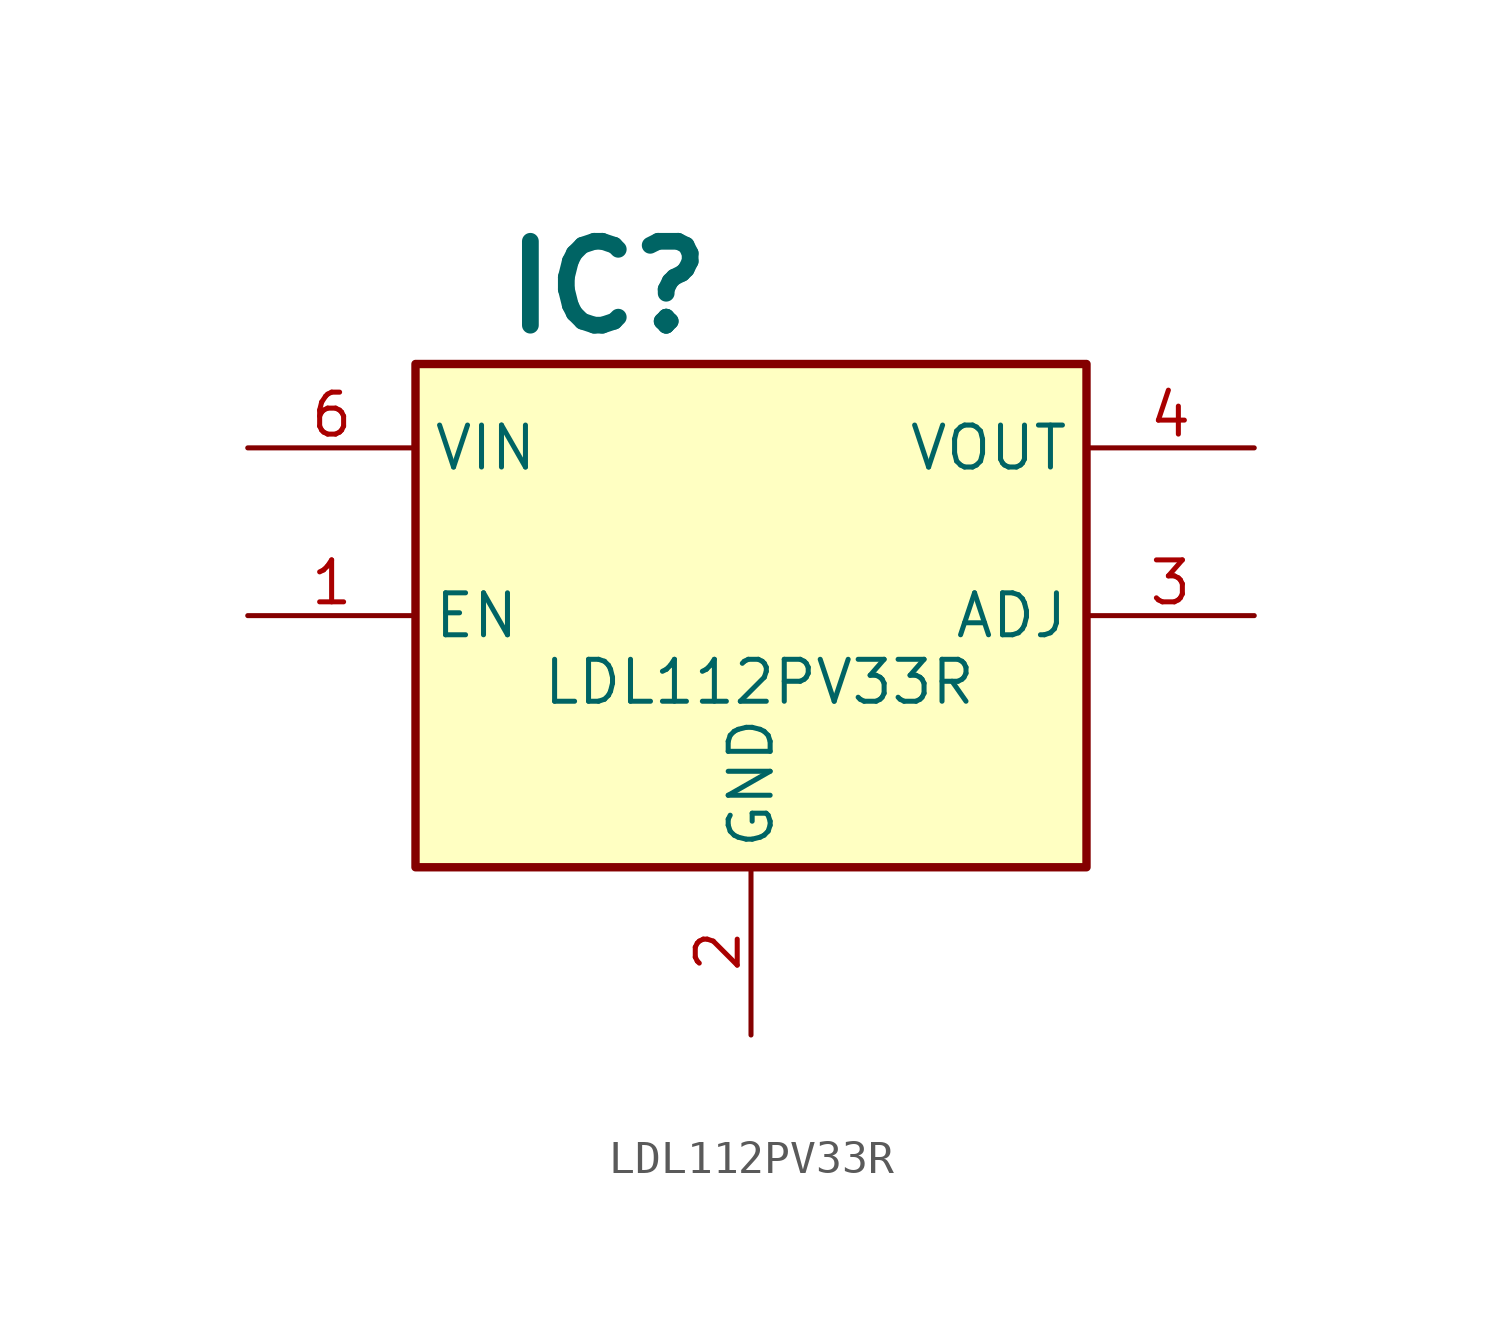
<source format=kicad_sym>
(kicad_symbol_lib
  (version 20220914)
  (generator kicad_symbol_editor)
  (symbol "LDL112PV33R"
    (property "Reference" "IC"
      (at -7.62 8.89 0)
      (effects (font (size 2.54 2.54) bold) (justify left top)))
    (property "Value" "LDL112PV33R"
      (at -6.35 -3.81 0)
      (effects (font (size 1.27 1.27)) (justify left top)))
    (symbol "LDL112PV33R_1_1"
      (rectangle (start -10.16 5.08) (end 10.16 -10.16) (stroke (width 0.254) (type default)) (fill (type background)))
      (pin passive line (at -15.24 -2.54 0) (length 5.08) (name "EN" (effects (font (size 1.27 1.27)))) (number "1" (effects (font (size 1.27 1.27)))))
      (pin passive line (at 0 -15.24 90) (length 5.08) (name "GND" (effects (font (size 1.27 1.27)))) (number "2" (effects (font (size 1.27 1.27)))))
      (pin passive line (at 15.24 -2.54 180) (length 5.08) (name "ADJ" (effects (font (size 1.27 1.27)))) (number "3" (effects (font (size 1.27 1.27)))))
      (pin passive line (at 15.24 2.54 180) (length 5.08) (name "VOUT" (effects (font (size 1.27 1.27)))) (number "4" (effects (font (size 1.27 1.27)))))
      (pin passive line (at -15.24 2.54 0) (length 5.08) (name "VIN" (effects (font (size 1.27 1.27)))) (number "6" (effects (font (size 1.27 1.27)))))
      (pin passive line (at 0 -15.24 90) (length 5.08) hide (name "EP" (effects (font (size 1.27 1.27)))) (number "7" (effects (font (size 1.27 1.27))))))))
</source>
